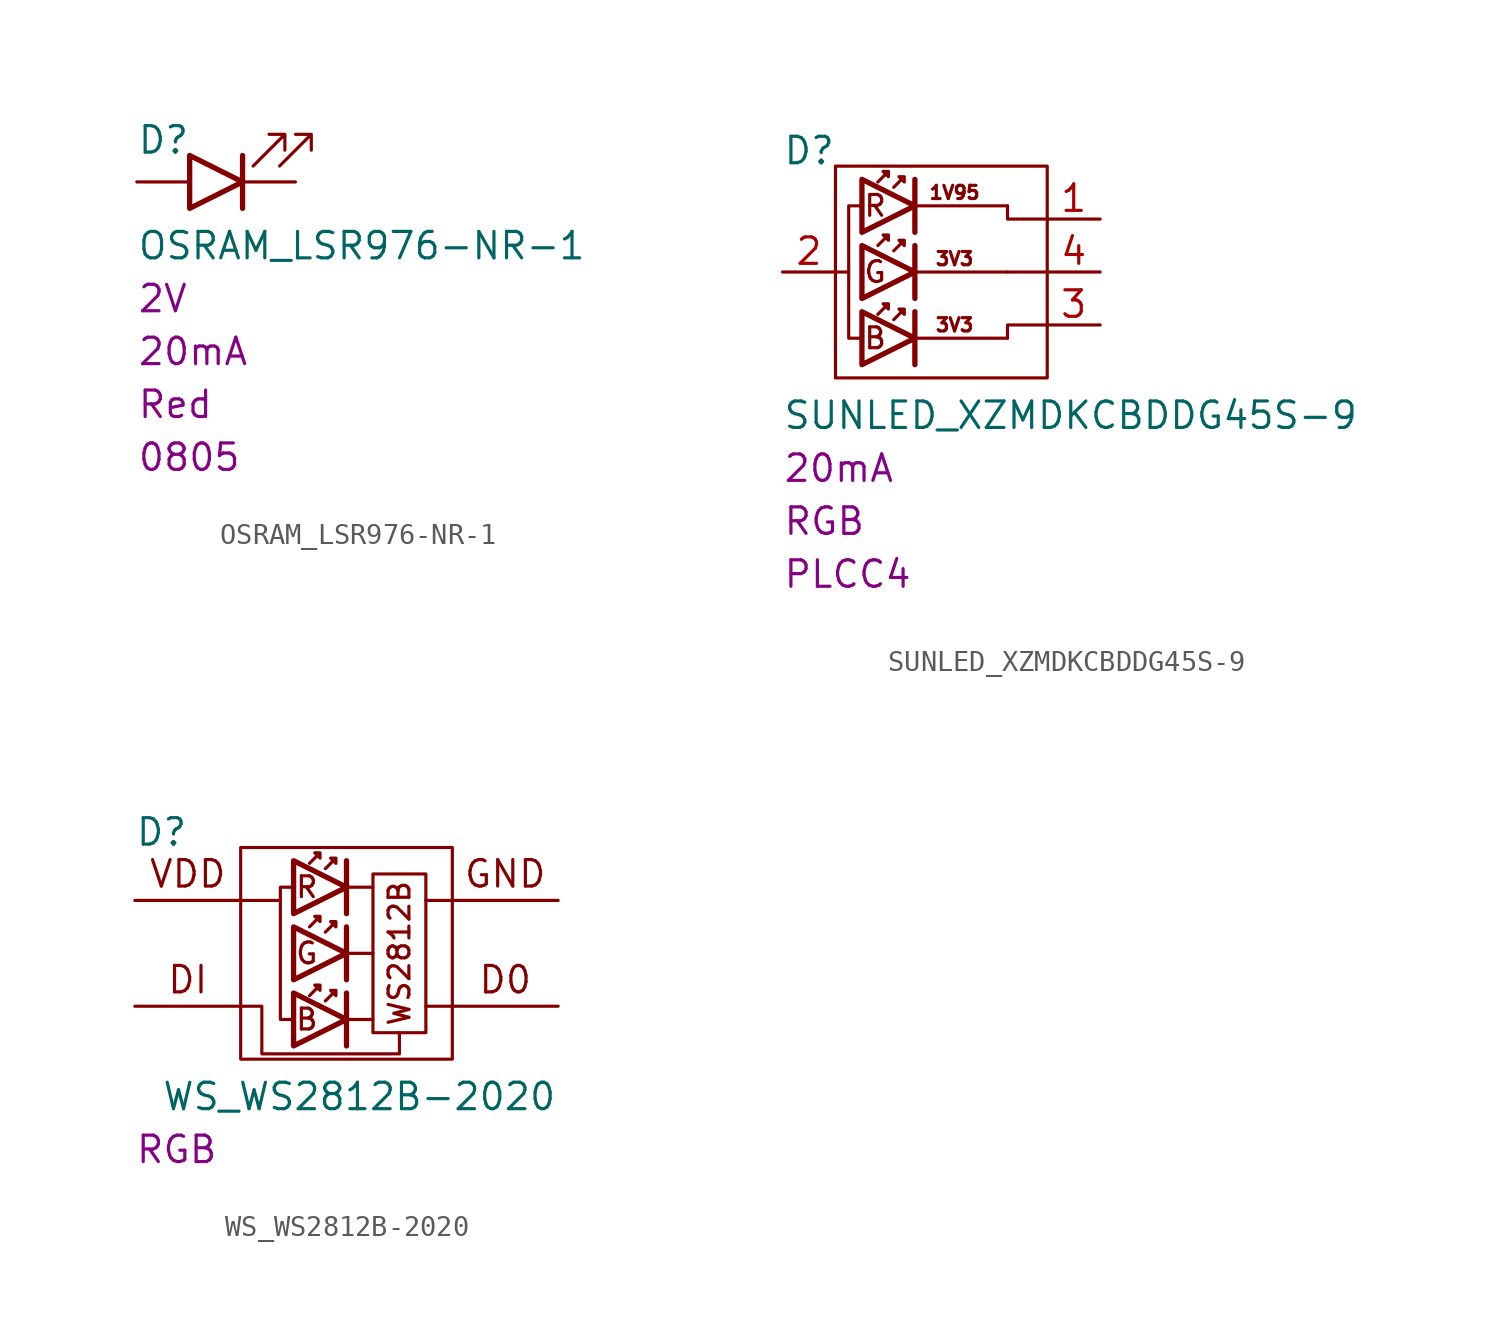
<source format=kicad_sym>
(kicad_symbol_lib
  (version 20220914)
  (generator kicad_symbol_editor)
  (symbol "OSRAM_LSR976-NR-1"
    (pin_numbers hide)
    (pin_names
      (offset 0.254) hide)
    (property "Reference" "D"
      (at 0 1.27 0)
      (effects (font (size 1.27 1.27)) (justify left bottom)))
    (property "Value" "OSRAM_LSR976-NR-1"
      (at 0 -3.81 0)
      (effects (font (size 1.27 1.27)) (justify left bottom)))
    (property "Vf" "2V"
      (at 0 -6.35 0)
      (effects (font (size 1.27 1.27)) (justify left bottom)))
    (property "Current" "20mA"
      (at 0 -8.89 0)
      (effects (font (size 1.27 1.27)) (justify left bottom)))
    (property "Color" "Red"
      (at 0 -11.43 0)
      (effects (font (size 1.27 1.27)) (justify left bottom)))
    (property "Package" "0805"
      (at 0 -13.97 0)
      (effects (font (size 1.27 1.27)) (justify left bottom)))
    (symbol "OSRAM_LSR976-NR-1_0_1"
      (polyline (pts (xy 5.08 1.27) (xy 5.08 -1.27)) (stroke (width 0.254) (type default)) (fill (type none)))
      (polyline (pts (xy 2.54 1.27) (xy 2.54 -1.27) (xy 5.08 0) (xy 2.54 1.27)) (stroke (width 0.254) (type default)) (fill (type none)))
      (polyline (pts (xy 5.588 0.762) (xy 7.112 2.286) (xy 6.35 2.286) (xy 7.112 2.286) (xy 7.112 1.524)) (stroke (width 0) (type default)) (fill (type none)))
      (polyline (pts (xy 6.858 0.762) (xy 8.382 2.286) (xy 7.62 2.286) (xy 8.382 2.286) (xy 8.382 1.524)) (stroke (width 0) (type default)) (fill (type none))))
    (symbol "OSRAM_LSR976-NR-1_1_1"
      (pin passive line (at 0 0 0) (length 2.54) (name "A" (effects (font (size 1.27 1.27)))) (number "A" (effects (font (size 1.27 1.27)))))
      (pin passive line (at 7.62 0 180) (length 2.54) (name "C" (effects (font (size 1.27 1.27)))) (number "C" (effects (font (size 1.27 1.27)))))))
  (symbol "SUNLED_XZMDKCBDDG45S-9"
    (pin_names
      (offset 0.254) hide)
    (property "Reference" "D"
      (at 0 5.08 0)
      (effects (font (size 1.27 1.27)) (justify left bottom)))
    (property "Value" "SUNLED_XZMDKCBDDG45S-9"
      (at 0 -7.62 0)
      (effects (font (size 1.27 1.27)) (justify left bottom)))
    (property "Current" "20mA"
      (at 0 -10.16 0)
      (effects (font (size 1.27 1.27)) (justify left bottom)))
    (property "Color" "RGB"
      (at 0 -12.7 0)
      (effects (font (size 1.27 1.27)) (justify left bottom)))
    (property "Package" "PLCC4"
      (at 0 -15.24 0)
      (effects (font (size 1.27 1.27)) (justify left bottom)))
    (symbol "SUNLED_XZMDKCBDDG45S-9_0_0"
      (polyline (pts (xy 10.795 0) (xy 12.7 0)) (stroke (width 0.152) (type default)) (fill (type none)))
      (polyline (pts (xy 3.175 0) (xy 3.175 -3.175) (xy 3.81 -3.175)) (stroke (width 0.152) (type default)) (fill (type none)))
      (polyline (pts (xy 10.795 -3.175) (xy 10.795 -2.54) (xy 12.7 -2.54)) (stroke (width 0.152) (type default)) (fill (type none)))
      (polyline (pts (xy 10.795 3.175) (xy 10.795 2.54) (xy 12.7 2.54)) (stroke (width 0.152) (type default)) (fill (type none)))
      (polyline (pts (xy 3.81 3.175) (xy 3.175 3.175) (xy 3.175 0) (xy 2.54 0)) (stroke (width 0.152) (type default)) (fill (type none)))
      (polyline (pts (xy 4.572 -2.032) (xy 5.08 -1.524) (xy 5.08 -1.778) (xy 4.826 -1.524) (xy 5.08 -1.524)) (stroke (width 0.152) (type default)) (fill (type none)))
      (polyline (pts (xy 4.572 1.27) (xy 5.08 1.778) (xy 5.08 1.524) (xy 4.826 1.778) (xy 5.08 1.778)) (stroke (width 0.152) (type default)) (fill (type none)))
      (polyline (pts (xy 4.572 4.318) (xy 5.08 4.826) (xy 5.08 4.572) (xy 4.826 4.826) (xy 5.08 4.826)) (stroke (width 0.152) (type default)) (fill (type none)))
      (polyline (pts (xy 5.334 -2.286) (xy 5.842 -1.778) (xy 5.842 -2.032) (xy 5.588 -1.778) (xy 5.842 -1.778)) (stroke (width 0.152) (type default)) (fill (type none)))
      (polyline (pts (xy 5.334 1.016) (xy 5.842 1.524) (xy 5.842 1.27) (xy 5.588 1.524) (xy 5.842 1.524)) (stroke (width 0.152) (type default)) (fill (type none)))
      (polyline (pts (xy 5.334 4.064) (xy 5.842 4.572) (xy 5.842 4.318) (xy 5.588 4.572) (xy 5.842 4.572)) (stroke (width 0.152) (type default)) (fill (type none)))
      (text "1V95" (at 8.255 3.81 0) (effects (font (size 0.635 0.635))))
      (text "3V3" (at 8.255 -2.54 0) (effects (font (size 0.635 0.635))))
      (text "3V3" (at 8.255 0.635 0) (effects (font (size 0.635 0.635))))
      (text "B" (at 4.445 -3.175 0) (effects (font (size 1 1))))
      (text "G" (at 4.445 0 0) (effects (font (size 1 1))))
      (text "R" (at 4.445 3.175 0) (effects (font (size 1 1)))))
    (symbol "SUNLED_XZMDKCBDDG45S-9_0_1"
      (polyline (pts (xy 6.35 -3.175) (xy 10.795 -3.175)) (stroke (width 0.152) (type default)) (fill (type none)))
      (polyline (pts (xy 6.35 -1.905) (xy 6.35 -4.445)) (stroke (width 0.254) (type default)) (fill (type none)))
      (polyline (pts (xy 6.35 0) (xy 10.795 0)) (stroke (width 0.152) (type default)) (fill (type none)))
      (polyline (pts (xy 6.35 1.27) (xy 6.35 -1.27)) (stroke (width 0.254) (type default)) (fill (type none)))
      (polyline (pts (xy 6.35 3.175) (xy 10.795 3.175)) (stroke (width 0.152) (type default)) (fill (type none)))
      (polyline (pts (xy 6.35 4.445) (xy 6.35 1.905)) (stroke (width 0.254) (type default)) (fill (type none)))
      (polyline (pts (xy 3.81 -1.905) (xy 3.81 -4.445) (xy 6.35 -3.175) (xy 3.81 -1.905)) (stroke (width 0.254) (type default)) (fill (type none)))
      (polyline (pts (xy 3.81 1.27) (xy 3.81 -1.27) (xy 6.35 0) (xy 3.81 1.27)) (stroke (width 0.254) (type default)) (fill (type none)))
      (polyline (pts (xy 3.81 4.445) (xy 3.81 1.905) (xy 6.35 3.175) (xy 3.81 4.445)) (stroke (width 0.254) (type default)) (fill (type none)))
      (rectangle (start 2.54 5.08) (end 12.7 -5.08) (stroke (width 0.152) (type default)) (fill (type none))))
    (symbol "SUNLED_XZMDKCBDDG45S-9_1_1"
      (pin passive line (at 15.24 2.54 180) (length 2.54) (name "R" (effects (font (size 1.27 1.27)))) (number "1" (effects (font (size 1.27 1.27)))))
      (pin passive line (at 0 0 0) (length 2.54) (name "+V" (effects (font (size 1.27 1.27)))) (number "2" (effects (font (size 1.27 1.27)))))
      (pin passive line (at 15.24 -2.54 180) (length 2.54) (name "B" (effects (font (size 1.27 1.27)))) (number "3" (effects (font (size 1.27 1.27)))))
      (pin passive line (at 15.24 0 180) (length 2.54) (name "G" (effects (font (size 1.27 1.27)))) (number "4" (effects (font (size 1.27 1.27)))))))
  (symbol "WS_WS2812B-2020"
    (pin_numbers hide)
    (pin_names
      (offset 0.254) hide)
    (property "Reference" "D"
      (at 0 2.54 0)
      (effects (font (size 1.27 1.27)) (justify left bottom)))
    (property "Value" "WS_WS2812B-2020"
      (at 1.27 -10.16 0)
      (effects (font (size 1.27 1.27)) (justify left bottom)))
    (property "Color" "RGB"
      (at 0 -12.7 0)
      (effects (font (size 1.27 1.27)) (justify left bottom)))
    (symbol "WS_WS2812B-2020_0_0"
      (polyline (pts (xy 6.985 0) (xy 5.08 0)) (stroke (width 0.152) (type default)) (fill (type none)))
      (polyline (pts (xy 13.97 0) (xy 15.24 0)) (stroke (width 0.152) (type default)) (fill (type none)))
      (polyline (pts (xy 15.24 -5.08) (xy 13.97 -5.08)) (stroke (width 0.152) (type default)) (fill (type none)))
      (polyline (pts (xy 6.985 -2.54) (xy 6.985 -5.715) (xy 7.62 -5.715)) (stroke (width 0.152) (type default)) (fill (type none)))
      (polyline (pts (xy 7.62 0.635) (xy 6.985 0.635) (xy 6.985 -2.54)) (stroke (width 0.152) (type default)) (fill (type none)))
      (polyline (pts (xy 8.382 -4.572) (xy 8.89 -4.064) (xy 8.89 -4.318) (xy 8.636 -4.064) (xy 8.89 -4.064)) (stroke (width 0.152) (type default)) (fill (type none)))
      (polyline (pts (xy 8.382 -1.27) (xy 8.89 -0.762) (xy 8.89 -1.016) (xy 8.636 -0.762) (xy 8.89 -0.762)) (stroke (width 0.152) (type default)) (fill (type none)))
      (polyline (pts (xy 8.382 1.778) (xy 8.89 2.286) (xy 8.89 2.032) (xy 8.636 2.286) (xy 8.89 2.286)) (stroke (width 0.152) (type default)) (fill (type none)))
      (polyline (pts (xy 9.144 -4.826) (xy 9.652 -4.318) (xy 9.652 -4.572) (xy 9.398 -4.318) (xy 9.652 -4.318)) (stroke (width 0.152) (type default)) (fill (type none)))
      (polyline (pts (xy 9.144 -1.524) (xy 9.652 -1.016) (xy 9.652 -1.27) (xy 9.398 -1.016) (xy 9.652 -1.016)) (stroke (width 0.152) (type default)) (fill (type none)))
      (polyline (pts (xy 9.144 1.524) (xy 9.652 2.032) (xy 9.652 1.778) (xy 9.398 2.032) (xy 9.652 2.032)) (stroke (width 0.152) (type default)) (fill (type none)))
      (polyline (pts (xy 12.7 -6.35) (xy 12.7 -7.366) (xy 6.096 -7.366) (xy 6.096 -5.08) (xy 5.08 -5.08)) (stroke (width 0.152) (type default)) (fill (type none)))
      (rectangle (start 11.43 1.27) (end 13.97 -6.35) (stroke (width 0.152) (type default)) (fill (type none)))
      (text "B" (at 8.255 -5.715 0) (effects (font (size 1 1))))
      (text "D0" (at 17.78 -3.81 0) (effects (font (size 1.27 1.27))))
      (text "DI" (at 2.54 -3.81 0) (effects (font (size 1.27 1.27))))
      (text "G" (at 8.255 -2.54 0) (effects (font (size 1 1))))
      (text "GND" (at 17.78 1.27 0) (effects (font (size 1.27 1.27))))
      (text "R" (at 8.255 0.635 0) (effects (font (size 1 1))))
      (text "VDD" (at 2.54 1.27 0) (effects (font (size 1.27 1.27))))
      (text "WS2812B" (at 12.7 -2.54 900) (effects (font (size 1 1)))))
    (symbol "WS_WS2812B-2020_0_1"
      (polyline (pts (xy 10.16 -5.715) (xy 11.43 -5.715)) (stroke (width 0.152) (type default)) (fill (type none)))
      (polyline (pts (xy 10.16 -4.445) (xy 10.16 -6.985)) (stroke (width 0.254) (type default)) (fill (type none)))
      (polyline (pts (xy 10.16 -2.54) (xy 11.43 -2.54)) (stroke (width 0.152) (type default)) (fill (type none)))
      (polyline (pts (xy 10.16 -1.27) (xy 10.16 -3.81)) (stroke (width 0.254) (type default)) (fill (type none)))
      (polyline (pts (xy 10.16 0.635) (xy 11.43 0.635)) (stroke (width 0.152) (type default)) (fill (type none)))
      (polyline (pts (xy 10.16 1.905) (xy 10.16 -0.635)) (stroke (width 0.254) (type default)) (fill (type none)))
      (polyline (pts (xy 7.62 -4.445) (xy 7.62 -6.985) (xy 10.16 -5.715) (xy 7.62 -4.445)) (stroke (width 0.254) (type default)) (fill (type none)))
      (polyline (pts (xy 7.62 -1.27) (xy 7.62 -3.81) (xy 10.16 -2.54) (xy 7.62 -1.27)) (stroke (width 0.254) (type default)) (fill (type none)))
      (polyline (pts (xy 7.62 1.905) (xy 7.62 -0.635) (xy 10.16 0.635) (xy 7.62 1.905)) (stroke (width 0.254) (type default)) (fill (type none)))
      (rectangle (start 5.08 2.54) (end 15.24 -7.62) (stroke (width 0.152) (type default)) (fill (type none))))
    (symbol "WS_WS2812B-2020_1_1"
      (pin output line (at 20.32 -5.08 180) (length 5.08) (name "DO" (effects (font (size 1.27 1.27)))) (number "1" (effects (font (size 1.27 1.27)))))
      (pin power_in line (at 20.32 0 180) (length 5.08) (name "GND" (effects (font (size 1.27 1.27)))) (number "2" (effects (font (size 1.27 1.27)))))
      (pin input line (at 0 -5.08 0) (length 5.08) (name "DI" (effects (font (size 1.27 1.27)))) (number "3" (effects (font (size 1.27 1.27)))))
      (pin power_in line (at 0 0 0) (length 5.08) (name "VDD" (effects (font (size 1.27 1.27)))) (number "4" (effects (font (size 1.27 1.27))))))))
</source>
